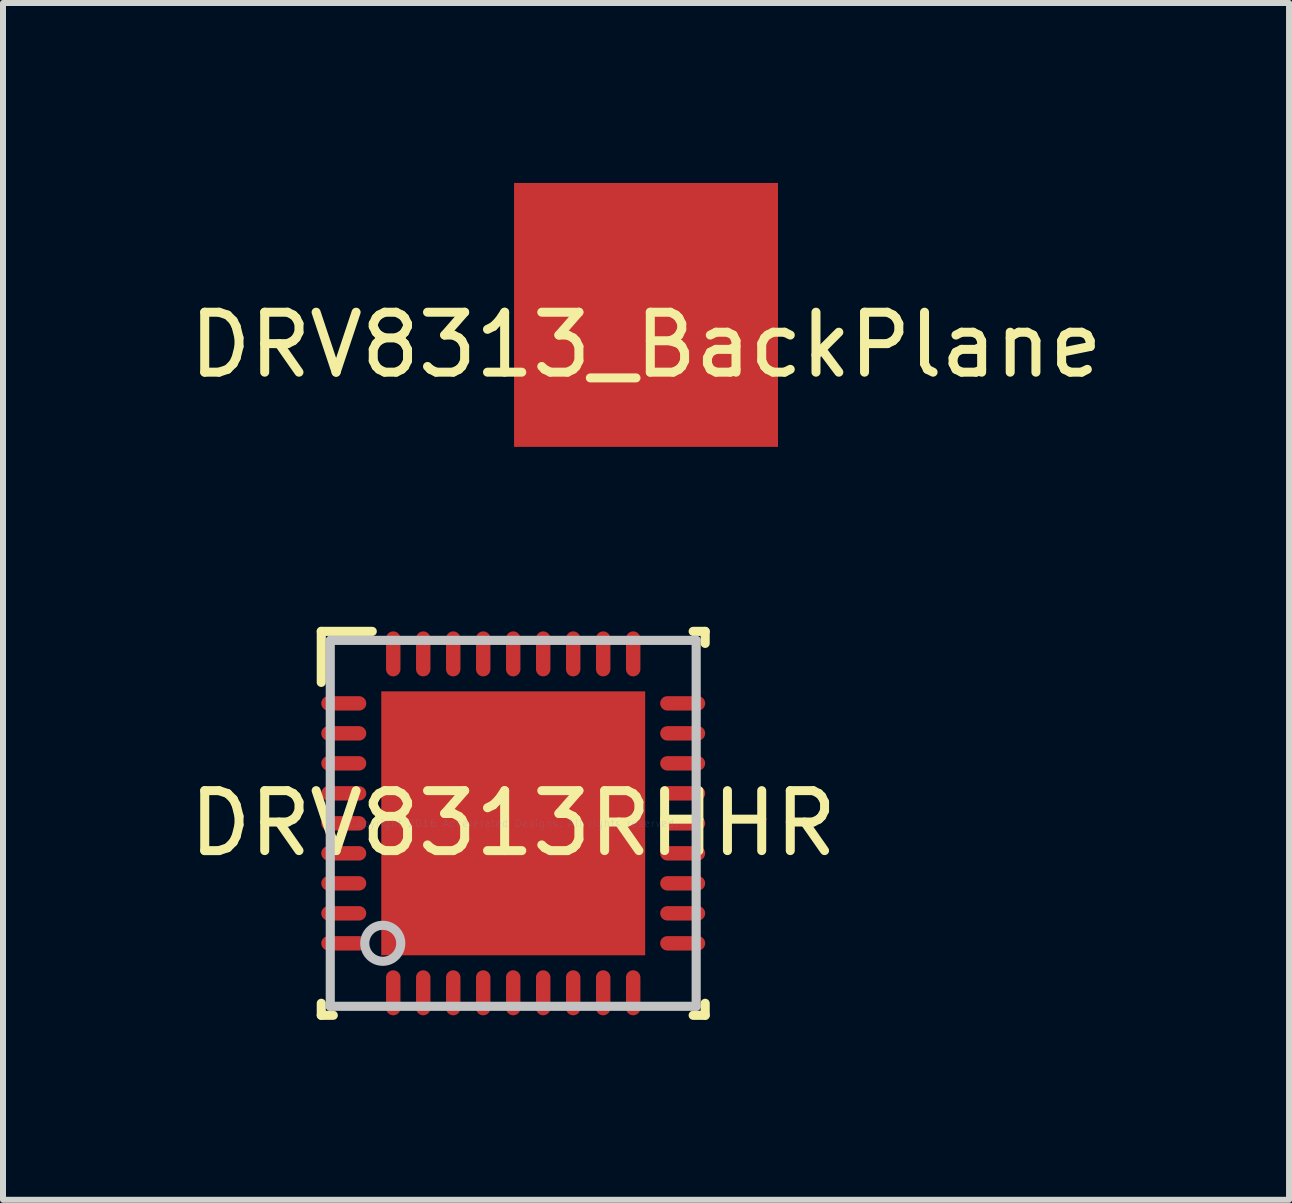
<source format=kicad_pcb>
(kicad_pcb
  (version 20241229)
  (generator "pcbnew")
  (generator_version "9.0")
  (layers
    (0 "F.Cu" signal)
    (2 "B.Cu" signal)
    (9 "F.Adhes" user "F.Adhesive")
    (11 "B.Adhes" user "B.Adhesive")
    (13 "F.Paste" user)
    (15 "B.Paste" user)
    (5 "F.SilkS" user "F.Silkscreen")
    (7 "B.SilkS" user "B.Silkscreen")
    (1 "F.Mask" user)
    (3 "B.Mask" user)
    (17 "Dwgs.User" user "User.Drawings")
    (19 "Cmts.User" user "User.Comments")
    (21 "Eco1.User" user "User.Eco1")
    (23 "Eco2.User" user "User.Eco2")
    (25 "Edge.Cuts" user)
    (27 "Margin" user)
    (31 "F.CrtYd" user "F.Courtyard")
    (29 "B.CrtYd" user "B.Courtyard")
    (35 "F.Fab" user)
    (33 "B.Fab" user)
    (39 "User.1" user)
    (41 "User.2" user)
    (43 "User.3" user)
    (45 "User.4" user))
  (footprint "DRV8313RHHR"
    (layer "F.Cu")
    (at 5.506 10.676)
    (property "Reference" "DRV8313RHHR" (at 0 0 0) (layer "F.SilkS") (effects (font (size 1 1) (thickness 0.15))))
    (attr through_hole)
    (fp_line (start -3.2 -3.2) (end -2.35 -3.2) (stroke (width 0.152) (type solid)) (layer "F.SilkS"))
    (fp_line (start -3.2 -2.35) (end -3.2 -3.2) (stroke (width 0.152) (type solid)) (layer "F.SilkS"))
    (fp_line (start -3.2 3.2) (end -3.2 3) (stroke (width 0.152) (type solid)) (layer "F.SilkS"))
    (fp_line (start -3.2 3.2) (end -3 3.2) (stroke (width 0.152) (type solid)) (layer "F.SilkS"))
    (fp_line (start 3 -3.2) (end 3.2 -3.2) (stroke (width 0.152) (type solid)) (layer "F.SilkS"))
    (fp_line (start 3 3.2) (end 3.2 3.2) (stroke (width 0.152) (type solid)) (layer "F.SilkS"))
    (fp_line (start 3.2 -3) (end 3.2 -3.2) (stroke (width 0.152) (type solid)) (layer "F.SilkS"))
    (fp_line (start 3.2 3.2) (end 3.2 3) (stroke (width 0.152) (type solid)) (layer "F.SilkS"))
    (fp_line (start -3.05 -3.05) (end 3.05 -3.05) (stroke (width 0.152) (type solid)) (layer "Dwgs.User"))
    (fp_line (start -3.05 3.05) (end -3.05 -3.05) (stroke (width 0.152) (type solid)) (layer "Dwgs.User"))
    (fp_line (start -3.05 3.05) (end 3.05 3.05) (stroke (width 0.152) (type solid)) (layer "Dwgs.User"))
    (fp_line (start 3.05 3.05) (end 3.05 -3.05) (stroke (width 0.152) (type solid)) (layer "Dwgs.User"))
    (fp_circle (center -2.175 2) (end -1.875 2) (stroke (width 0.152) (type solid)) (fill no) (layer "Dwgs.User"))
    (fp_text user "Copyright 2016 Accelerated Designs. All rights reserved." (at 0 0 0) (layer "Cmts.User") (effects (font (size 0.127 0.127) (thickness 0.002))))
    (pad "" smd oval (at -2.825 -2 90) (size 0.24 0.75) (layers "F.Paste"))
    (pad "" smd oval (at -2.825 -2 90) (size 0.342 0.852) (layers "F.Mask"))
    (pad "" smd oval (at -2.825 -1.5 90) (size 0.24 0.75) (layers "F.Paste"))
    (pad "" smd oval (at -2.825 -1.5 90) (size 0.342 0.852) (layers "F.Mask"))
    (pad "" smd oval (at -2.825 -1 90) (size 0.24 0.75) (layers "F.Paste"))
    (pad "" smd oval (at -2.825 -1 90) (size 0.342 0.852) (layers "F.Mask"))
    (pad "" smd oval (at -2.825 -0.5 90) (size 0.24 0.75) (layers "F.Paste"))
    (pad "" smd oval (at -2.825 -0.5 90) (size 0.342 0.852) (layers "F.Mask"))
    (pad "" smd oval (at -2.825 0 90) (size 0.24 0.75) (layers "F.Paste"))
    (pad "" smd oval (at -2.825 0 90) (size 0.342 0.852) (layers "F.Mask"))
    (pad "" smd oval (at -2.825 0.5 90) (size 0.24 0.75) (layers "F.Paste"))
    (pad "" smd oval (at -2.825 0.5 90) (size 0.342 0.852) (layers "F.Mask"))
    (pad "" smd oval (at -2.825 1 90) (size 0.24 0.75) (layers "F.Paste"))
    (pad "" smd oval (at -2.825 1 90) (size 0.342 0.852) (layers "F.Mask"))
    (pad "" smd oval (at -2.825 1.5 90) (size 0.24 0.75) (layers "F.Paste"))
    (pad "" smd oval (at -2.825 1.5 90) (size 0.342 0.852) (layers "F.Mask"))
    (pad "" smd oval (at -2.825 2 90) (size 0.24 0.75) (layers "F.Paste"))
    (pad "" smd oval (at -2.825 2 90) (size 0.342 0.852) (layers "F.Mask"))
    (pad "" smd oval (at -2 -2.825) (size 0.24 0.75) (layers "F.Paste"))
    (pad "" smd oval (at -2 -2.825) (size 0.342 0.852) (layers "F.Mask"))
    (pad "" smd oval (at -2 2.825) (size 0.24 0.75) (layers "F.Paste"))
    (pad "" smd oval (at -2 2.825) (size 0.342 0.852) (layers "F.Mask"))
    (pad "" smd oval (at -1.5 -2.825) (size 0.24 0.75) (layers "F.Paste"))
    (pad "" smd oval (at -1.5 -2.825) (size 0.342 0.852) (layers "F.Mask"))
    (pad "" smd oval (at -1.5 2.825) (size 0.24 0.75) (layers "F.Paste"))
    (pad "" smd oval (at -1.5 2.825) (size 0.342 0.852) (layers "F.Mask"))
    (pad "" smd oval (at -1 -2.825) (size 0.24 0.75) (layers "F.Paste"))
    (pad "" smd oval (at -1 -2.825) (size 0.342 0.852) (layers "F.Mask"))
    (pad "" smd oval (at -1 2.825) (size 0.24 0.75) (layers "F.Paste"))
    (pad "" smd oval (at -1 2.825) (size 0.342 0.852) (layers "F.Mask"))
    (pad "" smd oval (at -0.5 -2.825) (size 0.24 0.75) (layers "F.Paste"))
    (pad "" smd oval (at -0.5 -2.825) (size 0.342 0.852) (layers "F.Mask"))
    (pad "" smd oval (at -0.5 2.825) (size 0.24 0.75) (layers "F.Paste"))
    (pad "" smd oval (at -0.5 2.825) (size 0.342 0.852) (layers "F.Mask"))
    (pad "" smd oval (at 0 -2.825) (size 0.24 0.75) (layers "F.Paste"))
    (pad "" smd oval (at 0 -2.825) (size 0.342 0.852) (layers "F.Mask"))
    (pad "" smd rect (at 0 0) (size 0.025 0.025) (layers "F.Paste"))
    (pad "" smd rect (at 0 0) (size 4.502 4.502) (layers "F.Mask"))
    (pad "" smd oval (at 0 2.825) (size 0.24 0.75) (layers "F.Paste"))
    (pad "" smd oval (at 0 2.825) (size 0.342 0.852) (layers "F.Mask"))
    (pad "" smd oval (at 0.5 -2.825) (size 0.24 0.75) (layers "F.Paste"))
    (pad "" smd oval (at 0.5 -2.825) (size 0.342 0.852) (layers "F.Mask"))
    (pad "" smd oval (at 0.5 2.825) (size 0.24 0.75) (layers "F.Paste"))
    (pad "" smd oval (at 0.5 2.825) (size 0.342 0.852) (layers "F.Mask"))
    (pad "" smd oval (at 1 -2.825) (size 0.24 0.75) (layers "F.Paste"))
    (pad "" smd oval (at 1 -2.825) (size 0.342 0.852) (layers "F.Mask"))
    (pad "" smd oval (at 1 2.825) (size 0.24 0.75) (layers "F.Paste"))
    (pad "" smd oval (at 1 2.825) (size 0.342 0.852) (layers "F.Mask"))
    (pad "" smd oval (at 1.5 -2.825) (size 0.24 0.75) (layers "F.Paste"))
    (pad "" smd oval (at 1.5 -2.825) (size 0.342 0.852) (layers "F.Mask"))
    (pad "" smd oval (at 1.5 2.825) (size 0.24 0.75) (layers "F.Paste"))
    (pad "" smd oval (at 1.5 2.825) (size 0.342 0.852) (layers "F.Mask"))
    (pad "" smd oval (at 2 -2.825) (size 0.24 0.75) (layers "F.Paste"))
    (pad "" smd oval (at 2 -2.825) (size 0.342 0.852) (layers "F.Mask"))
    (pad "" smd oval (at 2 2.825) (size 0.24 0.75) (layers "F.Paste"))
    (pad "" smd oval (at 2 2.825) (size 0.342 0.852) (layers "F.Mask"))
    (pad "" smd oval (at 2.825 -2 90) (size 0.24 0.75) (layers "F.Paste"))
    (pad "" smd oval (at 2.825 -2 90) (size 0.342 0.852) (layers "F.Mask"))
    (pad "" smd oval (at 2.825 -1.5 90) (size 0.24 0.75) (layers "F.Paste"))
    (pad "" smd oval (at 2.825 -1.5 90) (size 0.342 0.852) (layers "F.Mask"))
    (pad "" smd oval (at 2.825 -1 90) (size 0.24 0.75) (layers "F.Paste"))
    (pad "" smd oval (at 2.825 -1 90) (size 0.342 0.852) (layers "F.Mask"))
    (pad "" smd oval (at 2.825 -0.5 90) (size 0.24 0.75) (layers "F.Paste"))
    (pad "" smd oval (at 2.825 -0.5 90) (size 0.342 0.852) (layers "F.Mask"))
    (pad "" smd oval (at 2.825 0 90) (size 0.24 0.75) (layers "F.Paste"))
    (pad "" smd oval (at 2.825 0 90) (size 0.342 0.852) (layers "F.Mask"))
    (pad "" smd oval (at 2.825 0.5 90) (size 0.24 0.75) (layers "F.Paste"))
    (pad "" smd oval (at 2.825 0.5 90) (size 0.342 0.852) (layers "F.Mask"))
    (pad "" smd oval (at 2.825 1 90) (size 0.24 0.75) (layers "F.Paste"))
    (pad "" smd oval (at 2.825 1 90) (size 0.342 0.852) (layers "F.Mask"))
    (pad "" smd oval (at 2.825 1.5 90) (size 0.24 0.75) (layers "F.Paste"))
    (pad "" smd oval (at 2.825 1.5 90) (size 0.342 0.852) (layers "F.Mask"))
    (pad "" smd oval (at 2.825 2 90) (size 0.24 0.75) (layers "F.Paste"))
    (pad "" smd oval (at 2.825 2 90) (size 0.342 0.852) (layers "F.Mask"))
    (pad "1" smd oval (at -2.825 -2 90) (size 0.24 0.75) (layers "F.Cu"))
    (pad "2" smd oval (at -2.825 -1.5 90) (size 0.24 0.75) (layers "F.Cu"))
    (pad "3" smd oval (at -2.825 -1 90) (size 0.24 0.75) (layers "F.Cu"))
    (pad "4" smd oval (at -2.825 -0.5 90) (size 0.24 0.75) (layers "F.Cu"))
    (pad "5" smd oval (at -2.825 0 90) (size 0.24 0.75) (layers "F.Cu"))
    (pad "6" smd oval (at -2.825 0.5 90) (size 0.24 0.75) (layers "F.Cu"))
    (pad "7" smd oval (at -2.825 1 90) (size 0.24 0.75) (layers "F.Cu"))
    (pad "8" smd oval (at -2.825 1.5 90) (size 0.24 0.75) (layers "F.Cu"))
    (pad "9" smd oval (at -2.825 2 90) (size 0.24 0.75) (layers "F.Cu"))
    (pad "10" smd oval (at -2 2.825) (size 0.24 0.75) (layers "F.Cu"))
    (pad "11" smd oval (at -1.5 2.825) (size 0.24 0.75) (layers "F.Cu"))
    (pad "12" smd oval (at -1 2.825) (size 0.24 0.75) (layers "F.Cu"))
    (pad "13" smd oval (at -0.5 2.825) (size 0.24 0.75) (layers "F.Cu"))
    (pad "14" smd oval (at 0 2.825) (size 0.24 0.75) (layers "F.Cu"))
    (pad "15" smd oval (at 0.5 2.825) (size 0.24 0.75) (layers "F.Cu"))
    (pad "16" smd oval (at 1 2.825) (size 0.24 0.75) (layers "F.Cu"))
    (pad "17" smd oval (at 1.5 2.825) (size 0.24 0.75) (layers "F.Cu"))
    (pad "18" smd oval (at 2 2.825) (size 0.24 0.75) (layers "F.Cu"))
    (pad "19" smd oval (at 2.825 2 90) (size 0.24 0.75) (layers "F.Cu"))
    (pad "20" smd oval (at 2.825 1.5 90) (size 0.24 0.75) (layers "F.Cu"))
    (pad "21" smd oval (at 2.825 1 90) (size 0.24 0.75) (layers "F.Cu"))
    (pad "22" smd oval (at 2.825 0.5 90) (size 0.24 0.75) (layers "F.Cu"))
    (pad "23" smd oval (at 2.825 0 90) (size 0.24 0.75) (layers "F.Cu"))
    (pad "24" smd oval (at 2.825 -0.5 90) (size 0.24 0.75) (layers "F.Cu"))
    (pad "25" smd oval (at 2.825 -1 90) (size 0.24 0.75) (layers "F.Cu"))
    (pad "26" smd oval (at 2.825 -1.5 90) (size 0.24 0.75) (layers "F.Cu"))
    (pad "27" smd oval (at 2.825 -2 90) (size 0.24 0.75) (layers "F.Cu"))
    (pad "28" smd oval (at 2 -2.825) (size 0.24 0.75) (layers "F.Cu"))
    (pad "29" smd oval (at 1.5 -2.825) (size 0.24 0.75) (layers "F.Cu"))
    (pad "30" smd oval (at 1 -2.825) (size 0.24 0.75) (layers "F.Cu"))
    (pad "31" smd oval (at 0.5 -2.825) (size 0.24 0.75) (layers "F.Cu"))
    (pad "32" smd oval (at 0 -2.825) (size 0.24 0.75) (layers "F.Cu"))
    (pad "33" smd oval (at -0.5 -2.825) (size 0.24 0.75) (layers "F.Cu"))
    (pad "34" smd oval (at -1 -2.825) (size 0.24 0.75) (layers "F.Cu"))
    (pad "35" smd oval (at -1.5 -2.825) (size 0.24 0.75) (layers "F.Cu"))
    (pad "36" smd oval (at -2 -2.825) (size 0.24 0.75) (layers "F.Cu"))
    (pad "37" smd rect (at 0 0) (size 4.4 4.4) (layers "F.Cu")))
  (footprint "DRV8313_BackPlane"
    (layer "F.Cu")
    (at 7.72 2.2)
    (property "Reference" "DRV8313_BackPlane" (at 0 0.5 0) (layer "F.SilkS") (effects (font (size 1 1) (thickness 0.15))))
    (attr through_hole)
    (pad "1" smd rect (at 0 0) (size 4.4 4.4) (layers "F.Cu" "F.Mask" "F.Paste")))
  (gr_rect
    (start -3 -3)
    (end 18.44 16.952)
    (stroke (width 0.1) (type default))
    (fill no)
    (layer "Edge.Cuts")))
</source>
